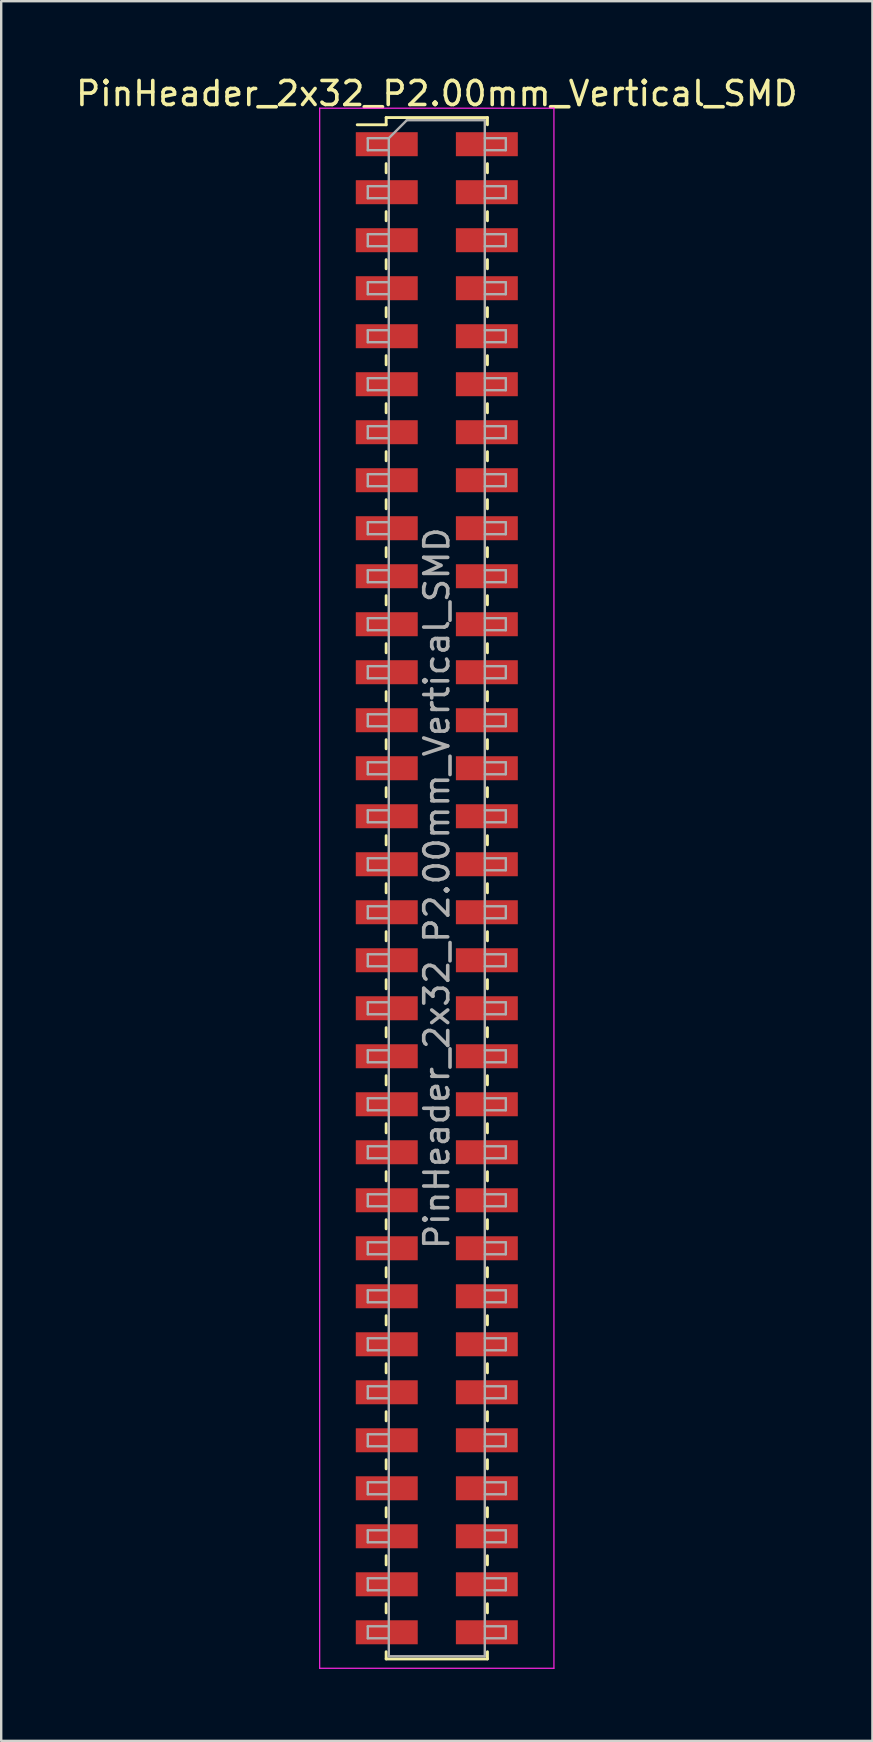
<source format=kicad_pcb>
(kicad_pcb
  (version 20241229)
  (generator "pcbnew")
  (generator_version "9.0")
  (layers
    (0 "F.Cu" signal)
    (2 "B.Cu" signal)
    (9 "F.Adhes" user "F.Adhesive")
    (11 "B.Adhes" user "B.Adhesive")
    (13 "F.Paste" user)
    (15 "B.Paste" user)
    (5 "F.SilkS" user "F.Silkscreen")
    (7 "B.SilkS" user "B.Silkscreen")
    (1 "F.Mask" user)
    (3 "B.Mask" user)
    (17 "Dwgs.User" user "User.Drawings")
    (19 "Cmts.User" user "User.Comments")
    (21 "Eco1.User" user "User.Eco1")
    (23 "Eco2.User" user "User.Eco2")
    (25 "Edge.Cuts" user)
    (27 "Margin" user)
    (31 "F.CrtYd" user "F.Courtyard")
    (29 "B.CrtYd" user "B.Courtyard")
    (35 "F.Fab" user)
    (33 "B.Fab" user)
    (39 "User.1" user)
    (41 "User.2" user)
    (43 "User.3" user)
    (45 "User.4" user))
  (footprint "PinHeader_2x32_P2.00mm_Vertical_SMD"
    (layer "F.Cu")
    (at 15.149 33.958)
    (property "Reference" "PinHeader_2x32_P2.00mm_Vertical_SMD" (at 0 -33.11 0) (layer "F.SilkS") (effects (font (size 1 1) (thickness 0.15))))
    (attr smd)
    (fp_line (start -3.315 -31.81) (end -2.11 -31.81) (stroke (width 0.12) (type solid)) (layer "F.SilkS"))
    (fp_line (start -2.11 -32.11) (end -2.11 -31.81) (stroke (width 0.12) (type solid)) (layer "F.SilkS"))
    (fp_line (start -2.11 -32.11) (end 2.11 -32.11) (stroke (width 0.12) (type solid)) (layer "F.SilkS"))
    (fp_line (start -2.11 -30.19) (end -2.11 -29.81) (stroke (width 0.12) (type solid)) (layer "F.SilkS"))
    (fp_line (start -2.11 -28.19) (end -2.11 -27.81) (stroke (width 0.12) (type solid)) (layer "F.SilkS"))
    (fp_line (start -2.11 -26.19) (end -2.11 -25.81) (stroke (width 0.12) (type solid)) (layer "F.SilkS"))
    (fp_line (start -2.11 -24.19) (end -2.11 -23.81) (stroke (width 0.12) (type solid)) (layer "F.SilkS"))
    (fp_line (start -2.11 -22.19) (end -2.11 -21.81) (stroke (width 0.12) (type solid)) (layer "F.SilkS"))
    (fp_line (start -2.11 -20.19) (end -2.11 -19.81) (stroke (width 0.12) (type solid)) (layer "F.SilkS"))
    (fp_line (start -2.11 -18.19) (end -2.11 -17.81) (stroke (width 0.12) (type solid)) (layer "F.SilkS"))
    (fp_line (start -2.11 -16.19) (end -2.11 -15.81) (stroke (width 0.12) (type solid)) (layer "F.SilkS"))
    (fp_line (start -2.11 -14.19) (end -2.11 -13.81) (stroke (width 0.12) (type solid)) (layer "F.SilkS"))
    (fp_line (start -2.11 -12.19) (end -2.11 -11.81) (stroke (width 0.12) (type solid)) (layer "F.SilkS"))
    (fp_line (start -2.11 -10.19) (end -2.11 -9.81) (stroke (width 0.12) (type solid)) (layer "F.SilkS"))
    (fp_line (start -2.11 -8.19) (end -2.11 -7.81) (stroke (width 0.12) (type solid)) (layer "F.SilkS"))
    (fp_line (start -2.11 -6.19) (end -2.11 -5.81) (stroke (width 0.12) (type solid)) (layer "F.SilkS"))
    (fp_line (start -2.11 -4.19) (end -2.11 -3.81) (stroke (width 0.12) (type solid)) (layer "F.SilkS"))
    (fp_line (start -2.11 -2.19) (end -2.11 -1.81) (stroke (width 0.12) (type solid)) (layer "F.SilkS"))
    (fp_line (start -2.11 -0.19) (end -2.11 0.19) (stroke (width 0.12) (type solid)) (layer "F.SilkS"))
    (fp_line (start -2.11 1.81) (end -2.11 2.19) (stroke (width 0.12) (type solid)) (layer "F.SilkS"))
    (fp_line (start -2.11 3.81) (end -2.11 4.19) (stroke (width 0.12) (type solid)) (layer "F.SilkS"))
    (fp_line (start -2.11 5.81) (end -2.11 6.19) (stroke (width 0.12) (type solid)) (layer "F.SilkS"))
    (fp_line (start -2.11 7.81) (end -2.11 8.19) (stroke (width 0.12) (type solid)) (layer "F.SilkS"))
    (fp_line (start -2.11 9.81) (end -2.11 10.19) (stroke (width 0.12) (type solid)) (layer "F.SilkS"))
    (fp_line (start -2.11 11.81) (end -2.11 12.19) (stroke (width 0.12) (type solid)) (layer "F.SilkS"))
    (fp_line (start -2.11 13.81) (end -2.11 14.19) (stroke (width 0.12) (type solid)) (layer "F.SilkS"))
    (fp_line (start -2.11 15.81) (end -2.11 16.19) (stroke (width 0.12) (type solid)) (layer "F.SilkS"))
    (fp_line (start -2.11 17.81) (end -2.11 18.19) (stroke (width 0.12) (type solid)) (layer "F.SilkS"))
    (fp_line (start -2.11 19.81) (end -2.11 20.19) (stroke (width 0.12) (type solid)) (layer "F.SilkS"))
    (fp_line (start -2.11 21.81) (end -2.11 22.19) (stroke (width 0.12) (type solid)) (layer "F.SilkS"))
    (fp_line (start -2.11 23.81) (end -2.11 24.19) (stroke (width 0.12) (type solid)) (layer "F.SilkS"))
    (fp_line (start -2.11 25.81) (end -2.11 26.19) (stroke (width 0.12) (type solid)) (layer "F.SilkS"))
    (fp_line (start -2.11 27.81) (end -2.11 28.19) (stroke (width 0.12) (type solid)) (layer "F.SilkS"))
    (fp_line (start -2.11 29.81) (end -2.11 30.19) (stroke (width 0.12) (type solid)) (layer "F.SilkS"))
    (fp_line (start -2.11 31.81) (end -2.11 32.11) (stroke (width 0.12) (type solid)) (layer "F.SilkS"))
    (fp_line (start -2.11 32.11) (end 2.11 32.11) (stroke (width 0.12) (type solid)) (layer "F.SilkS"))
    (fp_line (start 2.11 -32.11) (end 2.11 -31.81) (stroke (width 0.12) (type solid)) (layer "F.SilkS"))
    (fp_line (start 2.11 -30.19) (end 2.11 -29.81) (stroke (width 0.12) (type solid)) (layer "F.SilkS"))
    (fp_line (start 2.11 -28.19) (end 2.11 -27.81) (stroke (width 0.12) (type solid)) (layer "F.SilkS"))
    (fp_line (start 2.11 -26.19) (end 2.11 -25.81) (stroke (width 0.12) (type solid)) (layer "F.SilkS"))
    (fp_line (start 2.11 -24.19) (end 2.11 -23.81) (stroke (width 0.12) (type solid)) (layer "F.SilkS"))
    (fp_line (start 2.11 -22.19) (end 2.11 -21.81) (stroke (width 0.12) (type solid)) (layer "F.SilkS"))
    (fp_line (start 2.11 -20.19) (end 2.11 -19.81) (stroke (width 0.12) (type solid)) (layer "F.SilkS"))
    (fp_line (start 2.11 -18.19) (end 2.11 -17.81) (stroke (width 0.12) (type solid)) (layer "F.SilkS"))
    (fp_line (start 2.11 -16.19) (end 2.11 -15.81) (stroke (width 0.12) (type solid)) (layer "F.SilkS"))
    (fp_line (start 2.11 -14.19) (end 2.11 -13.81) (stroke (width 0.12) (type solid)) (layer "F.SilkS"))
    (fp_line (start 2.11 -12.19) (end 2.11 -11.81) (stroke (width 0.12) (type solid)) (layer "F.SilkS"))
    (fp_line (start 2.11 -10.19) (end 2.11 -9.81) (stroke (width 0.12) (type solid)) (layer "F.SilkS"))
    (fp_line (start 2.11 -8.19) (end 2.11 -7.81) (stroke (width 0.12) (type solid)) (layer "F.SilkS"))
    (fp_line (start 2.11 -6.19) (end 2.11 -5.81) (stroke (width 0.12) (type solid)) (layer "F.SilkS"))
    (fp_line (start 2.11 -4.19) (end 2.11 -3.81) (stroke (width 0.12) (type solid)) (layer "F.SilkS"))
    (fp_line (start 2.11 -2.19) (end 2.11 -1.81) (stroke (width 0.12) (type solid)) (layer "F.SilkS"))
    (fp_line (start 2.11 -0.19) (end 2.11 0.19) (stroke (width 0.12) (type solid)) (layer "F.SilkS"))
    (fp_line (start 2.11 1.81) (end 2.11 2.19) (stroke (width 0.12) (type solid)) (layer "F.SilkS"))
    (fp_line (start 2.11 3.81) (end 2.11 4.19) (stroke (width 0.12) (type solid)) (layer "F.SilkS"))
    (fp_line (start 2.11 5.81) (end 2.11 6.19) (stroke (width 0.12) (type solid)) (layer "F.SilkS"))
    (fp_line (start 2.11 7.81) (end 2.11 8.19) (stroke (width 0.12) (type solid)) (layer "F.SilkS"))
    (fp_line (start 2.11 9.81) (end 2.11 10.19) (stroke (width 0.12) (type solid)) (layer "F.SilkS"))
    (fp_line (start 2.11 11.81) (end 2.11 12.19) (stroke (width 0.12) (type solid)) (layer "F.SilkS"))
    (fp_line (start 2.11 13.81) (end 2.11 14.19) (stroke (width 0.12) (type solid)) (layer "F.SilkS"))
    (fp_line (start 2.11 15.81) (end 2.11 16.19) (stroke (width 0.12) (type solid)) (layer "F.SilkS"))
    (fp_line (start 2.11 17.81) (end 2.11 18.19) (stroke (width 0.12) (type solid)) (layer "F.SilkS"))
    (fp_line (start 2.11 19.81) (end 2.11 20.19) (stroke (width 0.12) (type solid)) (layer "F.SilkS"))
    (fp_line (start 2.11 21.81) (end 2.11 22.19) (stroke (width 0.12) (type solid)) (layer "F.SilkS"))
    (fp_line (start 2.11 23.81) (end 2.11 24.19) (stroke (width 0.12) (type solid)) (layer "F.SilkS"))
    (fp_line (start 2.11 25.81) (end 2.11 26.19) (stroke (width 0.12) (type solid)) (layer "F.SilkS"))
    (fp_line (start 2.11 27.81) (end 2.11 28.19) (stroke (width 0.12) (type solid)) (layer "F.SilkS"))
    (fp_line (start 2.11 29.81) (end 2.11 30.19) (stroke (width 0.12) (type solid)) (layer "F.SilkS"))
    (fp_line (start 2.11 31.81) (end 2.11 32.11) (stroke (width 0.12) (type solid)) (layer "F.SilkS"))
    (fp_line (start -4.88 -32.5) (end -4.88 32.5) (stroke (width 0.05) (type solid)) (layer "F.CrtYd"))
    (fp_line (start -4.88 32.5) (end 4.88 32.5) (stroke (width 0.05) (type solid)) (layer "F.CrtYd"))
    (fp_line (start 4.88 -32.5) (end -4.88 -32.5) (stroke (width 0.05) (type solid)) (layer "F.CrtYd"))
    (fp_line (start 4.88 32.5) (end 4.88 -32.5) (stroke (width 0.05) (type solid)) (layer "F.CrtYd"))
    (fp_line (start -2.875 -31.25) (end -2.875 -30.75) (stroke (width 0.1) (type solid)) (layer "F.Fab"))
    (fp_line (start -2.875 -30.75) (end -2 -30.75) (stroke (width 0.1) (type solid)) (layer "F.Fab"))
    (fp_line (start -2.875 -29.25) (end -2.875 -28.75) (stroke (width 0.1) (type solid)) (layer "F.Fab"))
    (fp_line (start -2.875 -28.75) (end -2 -28.75) (stroke (width 0.1) (type solid)) (layer "F.Fab"))
    (fp_line (start -2.875 -27.25) (end -2.875 -26.75) (stroke (width 0.1) (type solid)) (layer "F.Fab"))
    (fp_line (start -2.875 -26.75) (end -2 -26.75) (stroke (width 0.1) (type solid)) (layer "F.Fab"))
    (fp_line (start -2.875 -25.25) (end -2.875 -24.75) (stroke (width 0.1) (type solid)) (layer "F.Fab"))
    (fp_line (start -2.875 -24.75) (end -2 -24.75) (stroke (width 0.1) (type solid)) (layer "F.Fab"))
    (fp_line (start -2.875 -23.25) (end -2.875 -22.75) (stroke (width 0.1) (type solid)) (layer "F.Fab"))
    (fp_line (start -2.875 -22.75) (end -2 -22.75) (stroke (width 0.1) (type solid)) (layer "F.Fab"))
    (fp_line (start -2.875 -21.25) (end -2.875 -20.75) (stroke (width 0.1) (type solid)) (layer "F.Fab"))
    (fp_line (start -2.875 -20.75) (end -2 -20.75) (stroke (width 0.1) (type solid)) (layer "F.Fab"))
    (fp_line (start -2.875 -19.25) (end -2.875 -18.75) (stroke (width 0.1) (type solid)) (layer "F.Fab"))
    (fp_line (start -2.875 -18.75) (end -2 -18.75) (stroke (width 0.1) (type solid)) (layer "F.Fab"))
    (fp_line (start -2.875 -17.25) (end -2.875 -16.75) (stroke (width 0.1) (type solid)) (layer "F.Fab"))
    (fp_line (start -2.875 -16.75) (end -2 -16.75) (stroke (width 0.1) (type solid)) (layer "F.Fab"))
    (fp_line (start -2.875 -15.25) (end -2.875 -14.75) (stroke (width 0.1) (type solid)) (layer "F.Fab"))
    (fp_line (start -2.875 -14.75) (end -2 -14.75) (stroke (width 0.1) (type solid)) (layer "F.Fab"))
    (fp_line (start -2.875 -13.25) (end -2.875 -12.75) (stroke (width 0.1) (type solid)) (layer "F.Fab"))
    (fp_line (start -2.875 -12.75) (end -2 -12.75) (stroke (width 0.1) (type solid)) (layer "F.Fab"))
    (fp_line (start -2.875 -11.25) (end -2.875 -10.75) (stroke (width 0.1) (type solid)) (layer "F.Fab"))
    (fp_line (start -2.875 -10.75) (end -2 -10.75) (stroke (width 0.1) (type solid)) (layer "F.Fab"))
    (fp_line (start -2.875 -9.25) (end -2.875 -8.75) (stroke (width 0.1) (type solid)) (layer "F.Fab"))
    (fp_line (start -2.875 -8.75) (end -2 -8.75) (stroke (width 0.1) (type solid)) (layer "F.Fab"))
    (fp_line (start -2.875 -7.25) (end -2.875 -6.75) (stroke (width 0.1) (type solid)) (layer "F.Fab"))
    (fp_line (start -2.875 -6.75) (end -2 -6.75) (stroke (width 0.1) (type solid)) (layer "F.Fab"))
    (fp_line (start -2.875 -5.25) (end -2.875 -4.75) (stroke (width 0.1) (type solid)) (layer "F.Fab"))
    (fp_line (start -2.875 -4.75) (end -2 -4.75) (stroke (width 0.1) (type solid)) (layer "F.Fab"))
    (fp_line (start -2.875 -3.25) (end -2.875 -2.75) (stroke (width 0.1) (type solid)) (layer "F.Fab"))
    (fp_line (start -2.875 -2.75) (end -2 -2.75) (stroke (width 0.1) (type solid)) (layer "F.Fab"))
    (fp_line (start -2.875 -1.25) (end -2.875 -0.75) (stroke (width 0.1) (type solid)) (layer "F.Fab"))
    (fp_line (start -2.875 -0.75) (end -2 -0.75) (stroke (width 0.1) (type solid)) (layer "F.Fab"))
    (fp_line (start -2.875 0.75) (end -2.875 1.25) (stroke (width 0.1) (type solid)) (layer "F.Fab"))
    (fp_line (start -2.875 1.25) (end -2 1.25) (stroke (width 0.1) (type solid)) (layer "F.Fab"))
    (fp_line (start -2.875 2.75) (end -2.875 3.25) (stroke (width 0.1) (type solid)) (layer "F.Fab"))
    (fp_line (start -2.875 3.25) (end -2 3.25) (stroke (width 0.1) (type solid)) (layer "F.Fab"))
    (fp_line (start -2.875 4.75) (end -2.875 5.25) (stroke (width 0.1) (type solid)) (layer "F.Fab"))
    (fp_line (start -2.875 5.25) (end -2 5.25) (stroke (width 0.1) (type solid)) (layer "F.Fab"))
    (fp_line (start -2.875 6.75) (end -2.875 7.25) (stroke (width 0.1) (type solid)) (layer "F.Fab"))
    (fp_line (start -2.875 7.25) (end -2 7.25) (stroke (width 0.1) (type solid)) (layer "F.Fab"))
    (fp_line (start -2.875 8.75) (end -2.875 9.25) (stroke (width 0.1) (type solid)) (layer "F.Fab"))
    (fp_line (start -2.875 9.25) (end -2 9.25) (stroke (width 0.1) (type solid)) (layer "F.Fab"))
    (fp_line (start -2.875 10.75) (end -2.875 11.25) (stroke (width 0.1) (type solid)) (layer "F.Fab"))
    (fp_line (start -2.875 11.25) (end -2 11.25) (stroke (width 0.1) (type solid)) (layer "F.Fab"))
    (fp_line (start -2.875 12.75) (end -2.875 13.25) (stroke (width 0.1) (type solid)) (layer "F.Fab"))
    (fp_line (start -2.875 13.25) (end -2 13.25) (stroke (width 0.1) (type solid)) (layer "F.Fab"))
    (fp_line (start -2.875 14.75) (end -2.875 15.25) (stroke (width 0.1) (type solid)) (layer "F.Fab"))
    (fp_line (start -2.875 15.25) (end -2 15.25) (stroke (width 0.1) (type solid)) (layer "F.Fab"))
    (fp_line (start -2.875 16.75) (end -2.875 17.25) (stroke (width 0.1) (type solid)) (layer "F.Fab"))
    (fp_line (start -2.875 17.25) (end -2 17.25) (stroke (width 0.1) (type solid)) (layer "F.Fab"))
    (fp_line (start -2.875 18.75) (end -2.875 19.25) (stroke (width 0.1) (type solid)) (layer "F.Fab"))
    (fp_line (start -2.875 19.25) (end -2 19.25) (stroke (width 0.1) (type solid)) (layer "F.Fab"))
    (fp_line (start -2.875 20.75) (end -2.875 21.25) (stroke (width 0.1) (type solid)) (layer "F.Fab"))
    (fp_line (start -2.875 21.25) (end -2 21.25) (stroke (width 0.1) (type solid)) (layer "F.Fab"))
    (fp_line (start -2.875 22.75) (end -2.875 23.25) (stroke (width 0.1) (type solid)) (layer "F.Fab"))
    (fp_line (start -2.875 23.25) (end -2 23.25) (stroke (width 0.1) (type solid)) (layer "F.Fab"))
    (fp_line (start -2.875 24.75) (end -2.875 25.25) (stroke (width 0.1) (type solid)) (layer "F.Fab"))
    (fp_line (start -2.875 25.25) (end -2 25.25) (stroke (width 0.1) (type solid)) (layer "F.Fab"))
    (fp_line (start -2.875 26.75) (end -2.875 27.25) (stroke (width 0.1) (type solid)) (layer "F.Fab"))
    (fp_line (start -2.875 27.25) (end -2 27.25) (stroke (width 0.1) (type solid)) (layer "F.Fab"))
    (fp_line (start -2.875 28.75) (end -2.875 29.25) (stroke (width 0.1) (type solid)) (layer "F.Fab"))
    (fp_line (start -2.875 29.25) (end -2 29.25) (stroke (width 0.1) (type solid)) (layer "F.Fab"))
    (fp_line (start -2.875 30.75) (end -2.875 31.25) (stroke (width 0.1) (type solid)) (layer "F.Fab"))
    (fp_line (start -2.875 31.25) (end -2 31.25) (stroke (width 0.1) (type solid)) (layer "F.Fab"))
    (fp_line (start -2 -31.25) (end -2.875 -31.25) (stroke (width 0.1) (type solid)) (layer "F.Fab"))
    (fp_line (start -2 -31.25) (end -1.25 -32) (stroke (width 0.1) (type solid)) (layer "F.Fab"))
    (fp_line (start -2 -29.25) (end -2.875 -29.25) (stroke (width 0.1) (type solid)) (layer "F.Fab"))
    (fp_line (start -2 -27.25) (end -2.875 -27.25) (stroke (width 0.1) (type solid)) (layer "F.Fab"))
    (fp_line (start -2 -25.25) (end -2.875 -25.25) (stroke (width 0.1) (type solid)) (layer "F.Fab"))
    (fp_line (start -2 -23.25) (end -2.875 -23.25) (stroke (width 0.1) (type solid)) (layer "F.Fab"))
    (fp_line (start -2 -21.25) (end -2.875 -21.25) (stroke (width 0.1) (type solid)) (layer "F.Fab"))
    (fp_line (start -2 -19.25) (end -2.875 -19.25) (stroke (width 0.1) (type solid)) (layer "F.Fab"))
    (fp_line (start -2 -17.25) (end -2.875 -17.25) (stroke (width 0.1) (type solid)) (layer "F.Fab"))
    (fp_line (start -2 -15.25) (end -2.875 -15.25) (stroke (width 0.1) (type solid)) (layer "F.Fab"))
    (fp_line (start -2 -13.25) (end -2.875 -13.25) (stroke (width 0.1) (type solid)) (layer "F.Fab"))
    (fp_line (start -2 -11.25) (end -2.875 -11.25) (stroke (width 0.1) (type solid)) (layer "F.Fab"))
    (fp_line (start -2 -9.25) (end -2.875 -9.25) (stroke (width 0.1) (type solid)) (layer "F.Fab"))
    (fp_line (start -2 -7.25) (end -2.875 -7.25) (stroke (width 0.1) (type solid)) (layer "F.Fab"))
    (fp_line (start -2 -5.25) (end -2.875 -5.25) (stroke (width 0.1) (type solid)) (layer "F.Fab"))
    (fp_line (start -2 -3.25) (end -2.875 -3.25) (stroke (width 0.1) (type solid)) (layer "F.Fab"))
    (fp_line (start -2 -1.25) (end -2.875 -1.25) (stroke (width 0.1) (type solid)) (layer "F.Fab"))
    (fp_line (start -2 0.75) (end -2.875 0.75) (stroke (width 0.1) (type solid)) (layer "F.Fab"))
    (fp_line (start -2 2.75) (end -2.875 2.75) (stroke (width 0.1) (type solid)) (layer "F.Fab"))
    (fp_line (start -2 4.75) (end -2.875 4.75) (stroke (width 0.1) (type solid)) (layer "F.Fab"))
    (fp_line (start -2 6.75) (end -2.875 6.75) (stroke (width 0.1) (type solid)) (layer "F.Fab"))
    (fp_line (start -2 8.75) (end -2.875 8.75) (stroke (width 0.1) (type solid)) (layer "F.Fab"))
    (fp_line (start -2 10.75) (end -2.875 10.75) (stroke (width 0.1) (type solid)) (layer "F.Fab"))
    (fp_line (start -2 12.75) (end -2.875 12.75) (stroke (width 0.1) (type solid)) (layer "F.Fab"))
    (fp_line (start -2 14.75) (end -2.875 14.75) (stroke (width 0.1) (type solid)) (layer "F.Fab"))
    (fp_line (start -2 16.75) (end -2.875 16.75) (stroke (width 0.1) (type solid)) (layer "F.Fab"))
    (fp_line (start -2 18.75) (end -2.875 18.75) (stroke (width 0.1) (type solid)) (layer "F.Fab"))
    (fp_line (start -2 20.75) (end -2.875 20.75) (stroke (width 0.1) (type solid)) (layer "F.Fab"))
    (fp_line (start -2 22.75) (end -2.875 22.75) (stroke (width 0.1) (type solid)) (layer "F.Fab"))
    (fp_line (start -2 24.75) (end -2.875 24.75) (stroke (width 0.1) (type solid)) (layer "F.Fab"))
    (fp_line (start -2 26.75) (end -2.875 26.75) (stroke (width 0.1) (type solid)) (layer "F.Fab"))
    (fp_line (start -2 28.75) (end -2.875 28.75) (stroke (width 0.1) (type solid)) (layer "F.Fab"))
    (fp_line (start -2 30.75) (end -2.875 30.75) (stroke (width 0.1) (type solid)) (layer "F.Fab"))
    (fp_line (start -2 32) (end -2 -31.25) (stroke (width 0.1) (type solid)) (layer "F.Fab"))
    (fp_line (start -1.25 -32) (end 2 -32) (stroke (width 0.1) (type solid)) (layer "F.Fab"))
    (fp_line (start 2 -32) (end 2 32) (stroke (width 0.1) (type solid)) (layer "F.Fab"))
    (fp_line (start 2 -31.25) (end 2.875 -31.25) (stroke (width 0.1) (type solid)) (layer "F.Fab"))
    (fp_line (start 2 -29.25) (end 2.875 -29.25) (stroke (width 0.1) (type solid)) (layer "F.Fab"))
    (fp_line (start 2 -27.25) (end 2.875 -27.25) (stroke (width 0.1) (type solid)) (layer "F.Fab"))
    (fp_line (start 2 -25.25) (end 2.875 -25.25) (stroke (width 0.1) (type solid)) (layer "F.Fab"))
    (fp_line (start 2 -23.25) (end 2.875 -23.25) (stroke (width 0.1) (type solid)) (layer "F.Fab"))
    (fp_line (start 2 -21.25) (end 2.875 -21.25) (stroke (width 0.1) (type solid)) (layer "F.Fab"))
    (fp_line (start 2 -19.25) (end 2.875 -19.25) (stroke (width 0.1) (type solid)) (layer "F.Fab"))
    (fp_line (start 2 -17.25) (end 2.875 -17.25) (stroke (width 0.1) (type solid)) (layer "F.Fab"))
    (fp_line (start 2 -15.25) (end 2.875 -15.25) (stroke (width 0.1) (type solid)) (layer "F.Fab"))
    (fp_line (start 2 -13.25) (end 2.875 -13.25) (stroke (width 0.1) (type solid)) (layer "F.Fab"))
    (fp_line (start 2 -11.25) (end 2.875 -11.25) (stroke (width 0.1) (type solid)) (layer "F.Fab"))
    (fp_line (start 2 -9.25) (end 2.875 -9.25) (stroke (width 0.1) (type solid)) (layer "F.Fab"))
    (fp_line (start 2 -7.25) (end 2.875 -7.25) (stroke (width 0.1) (type solid)) (layer "F.Fab"))
    (fp_line (start 2 -5.25) (end 2.875 -5.25) (stroke (width 0.1) (type solid)) (layer "F.Fab"))
    (fp_line (start 2 -3.25) (end 2.875 -3.25) (stroke (width 0.1) (type solid)) (layer "F.Fab"))
    (fp_line (start 2 -1.25) (end 2.875 -1.25) (stroke (width 0.1) (type solid)) (layer "F.Fab"))
    (fp_line (start 2 0.75) (end 2.875 0.75) (stroke (width 0.1) (type solid)) (layer "F.Fab"))
    (fp_line (start 2 2.75) (end 2.875 2.75) (stroke (width 0.1) (type solid)) (layer "F.Fab"))
    (fp_line (start 2 4.75) (end 2.875 4.75) (stroke (width 0.1) (type solid)) (layer "F.Fab"))
    (fp_line (start 2 6.75) (end 2.875 6.75) (stroke (width 0.1) (type solid)) (layer "F.Fab"))
    (fp_line (start 2 8.75) (end 2.875 8.75) (stroke (width 0.1) (type solid)) (layer "F.Fab"))
    (fp_line (start 2 10.75) (end 2.875 10.75) (stroke (width 0.1) (type solid)) (layer "F.Fab"))
    (fp_line (start 2 12.75) (end 2.875 12.75) (stroke (width 0.1) (type solid)) (layer "F.Fab"))
    (fp_line (start 2 14.75) (end 2.875 14.75) (stroke (width 0.1) (type solid)) (layer "F.Fab"))
    (fp_line (start 2 16.75) (end 2.875 16.75) (stroke (width 0.1) (type solid)) (layer "F.Fab"))
    (fp_line (start 2 18.75) (end 2.875 18.75) (stroke (width 0.1) (type solid)) (layer "F.Fab"))
    (fp_line (start 2 20.75) (end 2.875 20.75) (stroke (width 0.1) (type solid)) (layer "F.Fab"))
    (fp_line (start 2 22.75) (end 2.875 22.75) (stroke (width 0.1) (type solid)) (layer "F.Fab"))
    (fp_line (start 2 24.75) (end 2.875 24.75) (stroke (width 0.1) (type solid)) (layer "F.Fab"))
    (fp_line (start 2 26.75) (end 2.875 26.75) (stroke (width 0.1) (type solid)) (layer "F.Fab"))
    (fp_line (start 2 28.75) (end 2.875 28.75) (stroke (width 0.1) (type solid)) (layer "F.Fab"))
    (fp_line (start 2 30.75) (end 2.875 30.75) (stroke (width 0.1) (type solid)) (layer "F.Fab"))
    (fp_line (start 2 32) (end -2 32) (stroke (width 0.1) (type solid)) (layer "F.Fab"))
    (fp_line (start 2.875 -31.25) (end 2.875 -30.75) (stroke (width 0.1) (type solid)) (layer "F.Fab"))
    (fp_line (start 2.875 -30.75) (end 2 -30.75) (stroke (width 0.1) (type solid)) (layer "F.Fab"))
    (fp_line (start 2.875 -29.25) (end 2.875 -28.75) (stroke (width 0.1) (type solid)) (layer "F.Fab"))
    (fp_line (start 2.875 -28.75) (end 2 -28.75) (stroke (width 0.1) (type solid)) (layer "F.Fab"))
    (fp_line (start 2.875 -27.25) (end 2.875 -26.75) (stroke (width 0.1) (type solid)) (layer "F.Fab"))
    (fp_line (start 2.875 -26.75) (end 2 -26.75) (stroke (width 0.1) (type solid)) (layer "F.Fab"))
    (fp_line (start 2.875 -25.25) (end 2.875 -24.75) (stroke (width 0.1) (type solid)) (layer "F.Fab"))
    (fp_line (start 2.875 -24.75) (end 2 -24.75) (stroke (width 0.1) (type solid)) (layer "F.Fab"))
    (fp_line (start 2.875 -23.25) (end 2.875 -22.75) (stroke (width 0.1) (type solid)) (layer "F.Fab"))
    (fp_line (start 2.875 -22.75) (end 2 -22.75) (stroke (width 0.1) (type solid)) (layer "F.Fab"))
    (fp_line (start 2.875 -21.25) (end 2.875 -20.75) (stroke (width 0.1) (type solid)) (layer "F.Fab"))
    (fp_line (start 2.875 -20.75) (end 2 -20.75) (stroke (width 0.1) (type solid)) (layer "F.Fab"))
    (fp_line (start 2.875 -19.25) (end 2.875 -18.75) (stroke (width 0.1) (type solid)) (layer "F.Fab"))
    (fp_line (start 2.875 -18.75) (end 2 -18.75) (stroke (width 0.1) (type solid)) (layer "F.Fab"))
    (fp_line (start 2.875 -17.25) (end 2.875 -16.75) (stroke (width 0.1) (type solid)) (layer "F.Fab"))
    (fp_line (start 2.875 -16.75) (end 2 -16.75) (stroke (width 0.1) (type solid)) (layer "F.Fab"))
    (fp_line (start 2.875 -15.25) (end 2.875 -14.75) (stroke (width 0.1) (type solid)) (layer "F.Fab"))
    (fp_line (start 2.875 -14.75) (end 2 -14.75) (stroke (width 0.1) (type solid)) (layer "F.Fab"))
    (fp_line (start 2.875 -13.25) (end 2.875 -12.75) (stroke (width 0.1) (type solid)) (layer "F.Fab"))
    (fp_line (start 2.875 -12.75) (end 2 -12.75) (stroke (width 0.1) (type solid)) (layer "F.Fab"))
    (fp_line (start 2.875 -11.25) (end 2.875 -10.75) (stroke (width 0.1) (type solid)) (layer "F.Fab"))
    (fp_line (start 2.875 -10.75) (end 2 -10.75) (stroke (width 0.1) (type solid)) (layer "F.Fab"))
    (fp_line (start 2.875 -9.25) (end 2.875 -8.75) (stroke (width 0.1) (type solid)) (layer "F.Fab"))
    (fp_line (start 2.875 -8.75) (end 2 -8.75) (stroke (width 0.1) (type solid)) (layer "F.Fab"))
    (fp_line (start 2.875 -7.25) (end 2.875 -6.75) (stroke (width 0.1) (type solid)) (layer "F.Fab"))
    (fp_line (start 2.875 -6.75) (end 2 -6.75) (stroke (width 0.1) (type solid)) (layer "F.Fab"))
    (fp_line (start 2.875 -5.25) (end 2.875 -4.75) (stroke (width 0.1) (type solid)) (layer "F.Fab"))
    (fp_line (start 2.875 -4.75) (end 2 -4.75) (stroke (width 0.1) (type solid)) (layer "F.Fab"))
    (fp_line (start 2.875 -3.25) (end 2.875 -2.75) (stroke (width 0.1) (type solid)) (layer "F.Fab"))
    (fp_line (start 2.875 -2.75) (end 2 -2.75) (stroke (width 0.1) (type solid)) (layer "F.Fab"))
    (fp_line (start 2.875 -1.25) (end 2.875 -0.75) (stroke (width 0.1) (type solid)) (layer "F.Fab"))
    (fp_line (start 2.875 -0.75) (end 2 -0.75) (stroke (width 0.1) (type solid)) (layer "F.Fab"))
    (fp_line (start 2.875 0.75) (end 2.875 1.25) (stroke (width 0.1) (type solid)) (layer "F.Fab"))
    (fp_line (start 2.875 1.25) (end 2 1.25) (stroke (width 0.1) (type solid)) (layer "F.Fab"))
    (fp_line (start 2.875 2.75) (end 2.875 3.25) (stroke (width 0.1) (type solid)) (layer "F.Fab"))
    (fp_line (start 2.875 3.25) (end 2 3.25) (stroke (width 0.1) (type solid)) (layer "F.Fab"))
    (fp_line (start 2.875 4.75) (end 2.875 5.25) (stroke (width 0.1) (type solid)) (layer "F.Fab"))
    (fp_line (start 2.875 5.25) (end 2 5.25) (stroke (width 0.1) (type solid)) (layer "F.Fab"))
    (fp_line (start 2.875 6.75) (end 2.875 7.25) (stroke (width 0.1) (type solid)) (layer "F.Fab"))
    (fp_line (start 2.875 7.25) (end 2 7.25) (stroke (width 0.1) (type solid)) (layer "F.Fab"))
    (fp_line (start 2.875 8.75) (end 2.875 9.25) (stroke (width 0.1) (type solid)) (layer "F.Fab"))
    (fp_line (start 2.875 9.25) (end 2 9.25) (stroke (width 0.1) (type solid)) (layer "F.Fab"))
    (fp_line (start 2.875 10.75) (end 2.875 11.25) (stroke (width 0.1) (type solid)) (layer "F.Fab"))
    (fp_line (start 2.875 11.25) (end 2 11.25) (stroke (width 0.1) (type solid)) (layer "F.Fab"))
    (fp_line (start 2.875 12.75) (end 2.875 13.25) (stroke (width 0.1) (type solid)) (layer "F.Fab"))
    (fp_line (start 2.875 13.25) (end 2 13.25) (stroke (width 0.1) (type solid)) (layer "F.Fab"))
    (fp_line (start 2.875 14.75) (end 2.875 15.25) (stroke (width 0.1) (type solid)) (layer "F.Fab"))
    (fp_line (start 2.875 15.25) (end 2 15.25) (stroke (width 0.1) (type solid)) (layer "F.Fab"))
    (fp_line (start 2.875 16.75) (end 2.875 17.25) (stroke (width 0.1) (type solid)) (layer "F.Fab"))
    (fp_line (start 2.875 17.25) (end 2 17.25) (stroke (width 0.1) (type solid)) (layer "F.Fab"))
    (fp_line (start 2.875 18.75) (end 2.875 19.25) (stroke (width 0.1) (type solid)) (layer "F.Fab"))
    (fp_line (start 2.875 19.25) (end 2 19.25) (stroke (width 0.1) (type solid)) (layer "F.Fab"))
    (fp_line (start 2.875 20.75) (end 2.875 21.25) (stroke (width 0.1) (type solid)) (layer "F.Fab"))
    (fp_line (start 2.875 21.25) (end 2 21.25) (stroke (width 0.1) (type solid)) (layer "F.Fab"))
    (fp_line (start 2.875 22.75) (end 2.875 23.25) (stroke (width 0.1) (type solid)) (layer "F.Fab"))
    (fp_line (start 2.875 23.25) (end 2 23.25) (stroke (width 0.1) (type solid)) (layer "F.Fab"))
    (fp_line (start 2.875 24.75) (end 2.875 25.25) (stroke (width 0.1) (type solid)) (layer "F.Fab"))
    (fp_line (start 2.875 25.25) (end 2 25.25) (stroke (width 0.1) (type solid)) (layer "F.Fab"))
    (fp_line (start 2.875 26.75) (end 2.875 27.25) (stroke (width 0.1) (type solid)) (layer "F.Fab"))
    (fp_line (start 2.875 27.25) (end 2 27.25) (stroke (width 0.1) (type solid)) (layer "F.Fab"))
    (fp_line (start 2.875 28.75) (end 2.875 29.25) (stroke (width 0.1) (type solid)) (layer "F.Fab"))
    (fp_line (start 2.875 29.25) (end 2 29.25) (stroke (width 0.1) (type solid)) (layer "F.Fab"))
    (fp_line (start 2.875 30.75) (end 2.875 31.25) (stroke (width 0.1) (type solid)) (layer "F.Fab"))
    (fp_line (start 2.875 31.25) (end 2 31.25) (stroke (width 0.1) (type solid)) (layer "F.Fab"))
    (fp_text user "${REFERENCE}" (at 0 0 90) (layer "F.Fab") (effects (font (size 1 1) (thickness 0.15))))
    (pad "1" smd rect (at -2.085 -31) (size 2.58 1) (layers "F.Cu" "F.Mask" "F.Paste"))
    (pad "2" smd rect (at 2.085 -31) (size 2.58 1) (layers "F.Cu" "F.Mask" "F.Paste"))
    (pad "3" smd rect (at -2.085 -29) (size 2.58 1) (layers "F.Cu" "F.Mask" "F.Paste"))
    (pad "4" smd rect (at 2.085 -29) (size 2.58 1) (layers "F.Cu" "F.Mask" "F.Paste"))
    (pad "5" smd rect (at -2.085 -27) (size 2.58 1) (layers "F.Cu" "F.Mask" "F.Paste"))
    (pad "6" smd rect (at 2.085 -27) (size 2.58 1) (layers "F.Cu" "F.Mask" "F.Paste"))
    (pad "7" smd rect (at -2.085 -25) (size 2.58 1) (layers "F.Cu" "F.Mask" "F.Paste"))
    (pad "8" smd rect (at 2.085 -25) (size 2.58 1) (layers "F.Cu" "F.Mask" "F.Paste"))
    (pad "9" smd rect (at -2.085 -23) (size 2.58 1) (layers "F.Cu" "F.Mask" "F.Paste"))
    (pad "10" smd rect (at 2.085 -23) (size 2.58 1) (layers "F.Cu" "F.Mask" "F.Paste"))
    (pad "11" smd rect (at -2.085 -21) (size 2.58 1) (layers "F.Cu" "F.Mask" "F.Paste"))
    (pad "12" smd rect (at 2.085 -21) (size 2.58 1) (layers "F.Cu" "F.Mask" "F.Paste"))
    (pad "13" smd rect (at -2.085 -19) (size 2.58 1) (layers "F.Cu" "F.Mask" "F.Paste"))
    (pad "14" smd rect (at 2.085 -19) (size 2.58 1) (layers "F.Cu" "F.Mask" "F.Paste"))
    (pad "15" smd rect (at -2.085 -17) (size 2.58 1) (layers "F.Cu" "F.Mask" "F.Paste"))
    (pad "16" smd rect (at 2.085 -17) (size 2.58 1) (layers "F.Cu" "F.Mask" "F.Paste"))
    (pad "17" smd rect (at -2.085 -15) (size 2.58 1) (layers "F.Cu" "F.Mask" "F.Paste"))
    (pad "18" smd rect (at 2.085 -15) (size 2.58 1) (layers "F.Cu" "F.Mask" "F.Paste"))
    (pad "19" smd rect (at -2.085 -13) (size 2.58 1) (layers "F.Cu" "F.Mask" "F.Paste"))
    (pad "20" smd rect (at 2.085 -13) (size 2.58 1) (layers "F.Cu" "F.Mask" "F.Paste"))
    (pad "21" smd rect (at -2.085 -11) (size 2.58 1) (layers "F.Cu" "F.Mask" "F.Paste"))
    (pad "22" smd rect (at 2.085 -11) (size 2.58 1) (layers "F.Cu" "F.Mask" "F.Paste"))
    (pad "23" smd rect (at -2.085 -9) (size 2.58 1) (layers "F.Cu" "F.Mask" "F.Paste"))
    (pad "24" smd rect (at 2.085 -9) (size 2.58 1) (layers "F.Cu" "F.Mask" "F.Paste"))
    (pad "25" smd rect (at -2.085 -7) (size 2.58 1) (layers "F.Cu" "F.Mask" "F.Paste"))
    (pad "26" smd rect (at 2.085 -7) (size 2.58 1) (layers "F.Cu" "F.Mask" "F.Paste"))
    (pad "27" smd rect (at -2.085 -5) (size 2.58 1) (layers "F.Cu" "F.Mask" "F.Paste"))
    (pad "28" smd rect (at 2.085 -5) (size 2.58 1) (layers "F.Cu" "F.Mask" "F.Paste"))
    (pad "29" smd rect (at -2.085 -3) (size 2.58 1) (layers "F.Cu" "F.Mask" "F.Paste"))
    (pad "30" smd rect (at 2.085 -3) (size 2.58 1) (layers "F.Cu" "F.Mask" "F.Paste"))
    (pad "31" smd rect (at -2.085 -1) (size 2.58 1) (layers "F.Cu" "F.Mask" "F.Paste"))
    (pad "32" smd rect (at 2.085 -1) (size 2.58 1) (layers "F.Cu" "F.Mask" "F.Paste"))
    (pad "33" smd rect (at -2.085 1) (size 2.58 1) (layers "F.Cu" "F.Mask" "F.Paste"))
    (pad "34" smd rect (at 2.085 1) (size 2.58 1) (layers "F.Cu" "F.Mask" "F.Paste"))
    (pad "35" smd rect (at -2.085 3) (size 2.58 1) (layers "F.Cu" "F.Mask" "F.Paste"))
    (pad "36" smd rect (at 2.085 3) (size 2.58 1) (layers "F.Cu" "F.Mask" "F.Paste"))
    (pad "37" smd rect (at -2.085 5) (size 2.58 1) (layers "F.Cu" "F.Mask" "F.Paste"))
    (pad "38" smd rect (at 2.085 5) (size 2.58 1) (layers "F.Cu" "F.Mask" "F.Paste"))
    (pad "39" smd rect (at -2.085 7) (size 2.58 1) (layers "F.Cu" "F.Mask" "F.Paste"))
    (pad "40" smd rect (at 2.085 7) (size 2.58 1) (layers "F.Cu" "F.Mask" "F.Paste"))
    (pad "41" smd rect (at -2.085 9) (size 2.58 1) (layers "F.Cu" "F.Mask" "F.Paste"))
    (pad "42" smd rect (at 2.085 9) (size 2.58 1) (layers "F.Cu" "F.Mask" "F.Paste"))
    (pad "43" smd rect (at -2.085 11) (size 2.58 1) (layers "F.Cu" "F.Mask" "F.Paste"))
    (pad "44" smd rect (at 2.085 11) (size 2.58 1) (layers "F.Cu" "F.Mask" "F.Paste"))
    (pad "45" smd rect (at -2.085 13) (size 2.58 1) (layers "F.Cu" "F.Mask" "F.Paste"))
    (pad "46" smd rect (at 2.085 13) (size 2.58 1) (layers "F.Cu" "F.Mask" "F.Paste"))
    (pad "47" smd rect (at -2.085 15) (size 2.58 1) (layers "F.Cu" "F.Mask" "F.Paste"))
    (pad "48" smd rect (at 2.085 15) (size 2.58 1) (layers "F.Cu" "F.Mask" "F.Paste"))
    (pad "49" smd rect (at -2.085 17) (size 2.58 1) (layers "F.Cu" "F.Mask" "F.Paste"))
    (pad "50" smd rect (at 2.085 17) (size 2.58 1) (layers "F.Cu" "F.Mask" "F.Paste"))
    (pad "51" smd rect (at -2.085 19) (size 2.58 1) (layers "F.Cu" "F.Mask" "F.Paste"))
    (pad "52" smd rect (at 2.085 19) (size 2.58 1) (layers "F.Cu" "F.Mask" "F.Paste"))
    (pad "53" smd rect (at -2.085 21) (size 2.58 1) (layers "F.Cu" "F.Mask" "F.Paste"))
    (pad "54" smd rect (at 2.085 21) (size 2.58 1) (layers "F.Cu" "F.Mask" "F.Paste"))
    (pad "55" smd rect (at -2.085 23) (size 2.58 1) (layers "F.Cu" "F.Mask" "F.Paste"))
    (pad "56" smd rect (at 2.085 23) (size 2.58 1) (layers "F.Cu" "F.Mask" "F.Paste"))
    (pad "57" smd rect (at -2.085 25) (size 2.58 1) (layers "F.Cu" "F.Mask" "F.Paste"))
    (pad "58" smd rect (at 2.085 25) (size 2.58 1) (layers "F.Cu" "F.Mask" "F.Paste"))
    (pad "59" smd rect (at -2.085 27) (size 2.58 1) (layers "F.Cu" "F.Mask" "F.Paste"))
    (pad "60" smd rect (at 2.085 27) (size 2.58 1) (layers "F.Cu" "F.Mask" "F.Paste"))
    (pad "61" smd rect (at -2.085 29) (size 2.58 1) (layers "F.Cu" "F.Mask" "F.Paste"))
    (pad "62" smd rect (at 2.085 29) (size 2.58 1) (layers "F.Cu" "F.Mask" "F.Paste"))
    (pad "63" smd rect (at -2.085 31) (size 2.58 1) (layers "F.Cu" "F.Mask" "F.Paste"))
    (pad "64" smd rect (at 2.085 31) (size 2.58 1) (layers "F.Cu" "F.Mask" "F.Paste")))
  (gr_rect
    (start -3 -3)
    (end 33.298 69.483)
    (stroke (width 0.1) (type default))
    (fill no)
    (layer "Edge.Cuts")))
</source>
